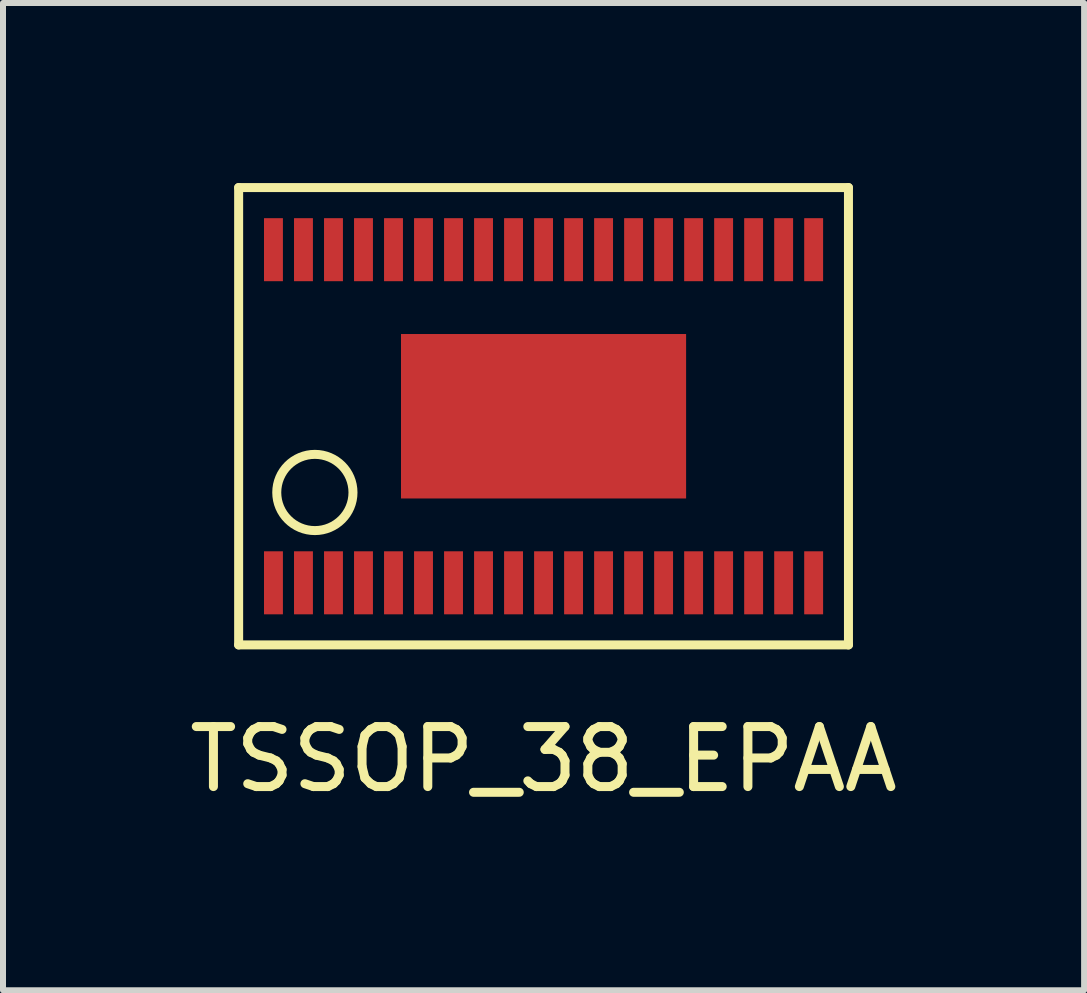
<source format=kicad_pcb>
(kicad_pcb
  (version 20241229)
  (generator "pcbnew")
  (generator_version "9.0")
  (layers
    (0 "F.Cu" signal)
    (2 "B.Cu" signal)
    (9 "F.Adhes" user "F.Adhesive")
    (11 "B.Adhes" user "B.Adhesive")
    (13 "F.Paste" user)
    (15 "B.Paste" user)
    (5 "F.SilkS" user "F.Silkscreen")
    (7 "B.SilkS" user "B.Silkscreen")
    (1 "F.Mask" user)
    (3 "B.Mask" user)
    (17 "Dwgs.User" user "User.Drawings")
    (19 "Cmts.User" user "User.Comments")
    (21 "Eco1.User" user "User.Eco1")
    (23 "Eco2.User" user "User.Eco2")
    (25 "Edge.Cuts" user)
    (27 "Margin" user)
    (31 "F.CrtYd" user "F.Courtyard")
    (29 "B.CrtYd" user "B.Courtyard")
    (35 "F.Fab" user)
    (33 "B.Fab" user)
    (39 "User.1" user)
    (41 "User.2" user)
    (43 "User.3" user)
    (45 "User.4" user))
  (footprint "TSSOP_38_EPAA"
    (layer "F.Cu")
    (at 6.006 3.885)
    (property "Reference" "TSSOP_38_EPAA" (at 0 5.715 0) (layer "F.SilkS") (effects (font (size 1 1) (thickness 0.15))))
    (attr through_hole)
    (fp_line (start -5.08 -3.81) (end -5.08 3.81) (stroke (width 0.15) (type solid)) (layer "F.SilkS"))
    (fp_line (start -5.08 3.81) (end 5.08 3.81) (stroke (width 0.15) (type solid)) (layer "F.SilkS"))
    (fp_line (start 5.08 -3.81) (end -5.08 -3.81) (stroke (width 0.15) (type solid)) (layer "F.SilkS"))
    (fp_line (start 5.08 3.81) (end 5.08 -3.81) (stroke (width 0.15) (type solid)) (layer "F.SilkS"))
    (fp_circle (center -3.81 1.27) (end -3.175 1.27) (stroke (width 0.15) (type solid)) (fill no) (layer "F.SilkS"))
    (pad "1" smd rect (at -4.5 2.775) (size 0.315 1.05) (layers "F.Cu" "F.Mask" "F.Paste"))
    (pad "2" smd rect (at -4 2.775) (size 0.315 1.05) (layers "F.Cu" "F.Mask" "F.Paste"))
    (pad "3" smd rect (at -3.5 2.775) (size 0.315 1.05) (layers "F.Cu" "F.Mask" "F.Paste"))
    (pad "4" smd rect (at -3 2.775) (size 0.315 1.05) (layers "F.Cu" "F.Mask" "F.Paste"))
    (pad "5" smd rect (at -2.5 2.775) (size 0.315 1.05) (layers "F.Cu" "F.Mask" "F.Paste"))
    (pad "6" smd rect (at -2 2.775) (size 0.315 1.05) (layers "F.Cu" "F.Mask" "F.Paste"))
    (pad "7" smd rect (at -1.5 2.775) (size 0.315 1.05) (layers "F.Cu" "F.Mask" "F.Paste"))
    (pad "8" smd rect (at -1 2.775) (size 0.315 1.05) (layers "F.Cu" "F.Mask" "F.Paste"))
    (pad "9" smd rect (at -0.5 2.775) (size 0.315 1.05) (layers "F.Cu" "F.Mask" "F.Paste"))
    (pad "10" smd rect (at 0 2.775) (size 0.315 1.05) (layers "F.Cu" "F.Mask" "F.Paste"))
    (pad "11" smd rect (at 0.5 2.775) (size 0.315 1.05) (layers "F.Cu" "F.Mask" "F.Paste"))
    (pad "12" smd rect (at 1 2.775) (size 0.315 1.05) (layers "F.Cu" "F.Mask" "F.Paste"))
    (pad "13" smd rect (at 1.5 2.775) (size 0.315 1.05) (layers "F.Cu" "F.Mask" "F.Paste"))
    (pad "14" smd rect (at 2 2.775) (size 0.315 1.05) (layers "F.Cu" "F.Mask" "F.Paste"))
    (pad "15" smd rect (at 2.5 2.775) (size 0.315 1.05) (layers "F.Cu" "F.Mask" "F.Paste"))
    (pad "16" smd rect (at 3 2.775) (size 0.315 1.05) (layers "F.Cu" "F.Mask" "F.Paste"))
    (pad "17" smd rect (at 3.5 2.775) (size 0.315 1.05) (layers "F.Cu" "F.Mask" "F.Paste"))
    (pad "18" smd rect (at 4 2.775) (size 0.315 1.05) (layers "F.Cu" "F.Mask" "F.Paste"))
    (pad "19" smd rect (at 4.5 2.775) (size 0.315 1.05) (layers "F.Cu" "F.Mask" "F.Paste"))
    (pad "20" smd rect (at 4.5 -2.775) (size 0.315 1.05) (layers "F.Cu" "F.Mask" "F.Paste"))
    (pad "21" smd rect (at 4 -2.775) (size 0.315 1.05) (layers "F.Cu" "F.Mask" "F.Paste"))
    (pad "22" smd rect (at 3.5 -2.775) (size 0.315 1.05) (layers "F.Cu" "F.Mask" "F.Paste"))
    (pad "23" smd rect (at 3 -2.775) (size 0.315 1.05) (layers "F.Cu" "F.Mask" "F.Paste"))
    (pad "24" smd rect (at 2.5 -2.775) (size 0.315 1.05) (layers "F.Cu" "F.Mask" "F.Paste"))
    (pad "25" smd rect (at 2 -2.775) (size 0.315 1.05) (layers "F.Cu" "F.Mask" "F.Paste"))
    (pad "26" smd rect (at 1.5 -2.775) (size 0.315 1.05) (layers "F.Cu" "F.Mask" "F.Paste"))
    (pad "27" smd rect (at 1 -2.775) (size 0.315 1.05) (layers "F.Cu" "F.Mask" "F.Paste"))
    (pad "28" smd rect (at 0.5 -2.775) (size 0.315 1.05) (layers "F.Cu" "F.Mask" "F.Paste"))
    (pad "29" smd rect (at 0 -2.775) (size 0.315 1.05) (layers "F.Cu" "F.Mask" "F.Paste"))
    (pad "30" smd rect (at -0.5 -2.775) (size 0.315 1.05) (layers "F.Cu" "F.Mask" "F.Paste"))
    (pad "31" smd rect (at -1 -2.775) (size 0.315 1.05) (layers "F.Cu" "F.Mask" "F.Paste"))
    (pad "32" smd rect (at -1.5 -2.775) (size 0.315 1.05) (layers "F.Cu" "F.Mask" "F.Paste"))
    (pad "33" smd rect (at -2 -2.775) (size 0.315 1.05) (layers "F.Cu" "F.Mask" "F.Paste"))
    (pad "34" smd rect (at -2.5 -2.775) (size 0.315 1.05) (layers "F.Cu" "F.Mask" "F.Paste"))
    (pad "35" smd rect (at -3 -2.775) (size 0.315 1.05) (layers "F.Cu" "F.Mask" "F.Paste"))
    (pad "36" smd rect (at -3.5 -2.775) (size 0.315 1.05) (layers "F.Cu" "F.Mask" "F.Paste"))
    (pad "37" smd rect (at -4 -2.775) (size 0.315 1.05) (layers "F.Cu" "F.Mask" "F.Paste"))
    (pad "38" smd rect (at -4.5 -2.775) (size 0.315 1.05) (layers "F.Cu" "F.Mask" "F.Paste"))
    (pad "39" smd rect (at 0 0) (size 4.75 2.74) (layers "F.Cu" "F.Mask" "F.Paste")))
  (gr_rect
    (start -3 -3)
    (end 15.012 13.448)
    (stroke (width 0.1) (type default))
    (fill no)
    (layer "Edge.Cuts")))
</source>
